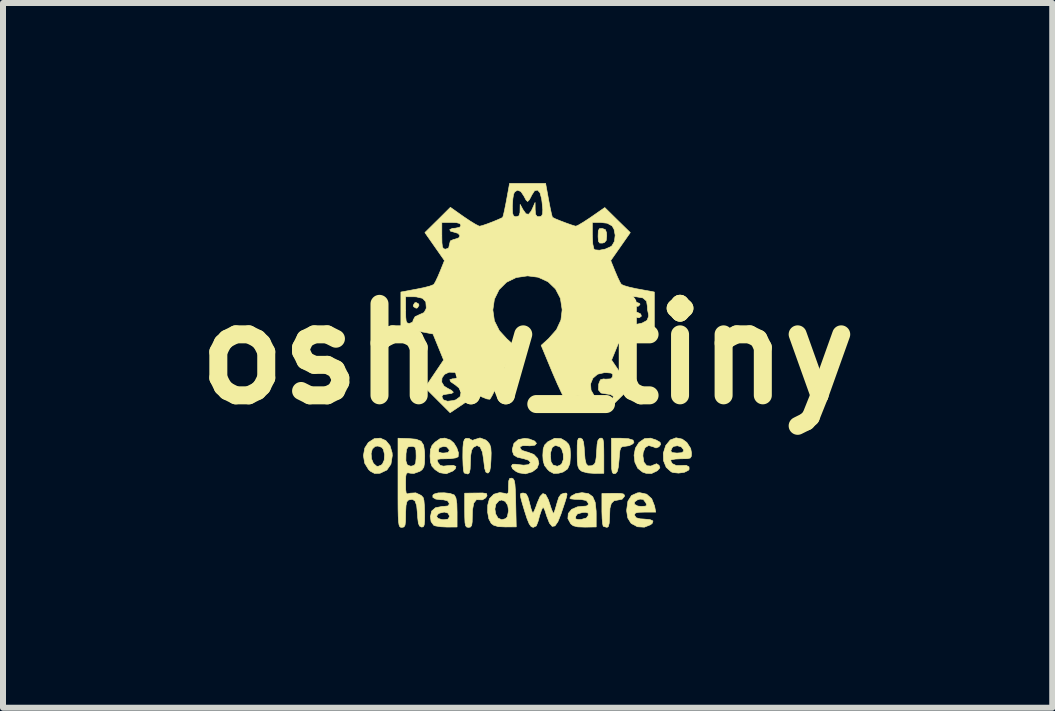
<source format=kicad_pcb>
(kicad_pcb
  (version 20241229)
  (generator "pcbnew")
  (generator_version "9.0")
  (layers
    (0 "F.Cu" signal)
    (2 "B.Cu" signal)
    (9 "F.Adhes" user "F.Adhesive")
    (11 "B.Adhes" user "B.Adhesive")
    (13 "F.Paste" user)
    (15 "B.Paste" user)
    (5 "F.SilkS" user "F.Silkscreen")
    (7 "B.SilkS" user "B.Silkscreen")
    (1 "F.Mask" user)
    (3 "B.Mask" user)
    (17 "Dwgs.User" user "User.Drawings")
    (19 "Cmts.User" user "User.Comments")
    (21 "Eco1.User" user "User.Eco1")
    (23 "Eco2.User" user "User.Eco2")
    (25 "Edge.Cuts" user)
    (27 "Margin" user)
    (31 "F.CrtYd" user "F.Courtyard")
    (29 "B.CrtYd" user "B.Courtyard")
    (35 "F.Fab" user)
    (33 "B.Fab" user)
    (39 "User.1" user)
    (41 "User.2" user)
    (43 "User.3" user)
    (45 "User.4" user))
  (footprint "oshw_tiny"
    (layer "F.Cu")
    (at 5.74 2.847)
    (property "Reference" "oshw_tiny" (at 0 0 0) (layer "F.SilkS") (effects (font (size 1.524 1.524) (thickness 0.3))))
    (attr through_hole)
    (fp_poly (pts (xy -1.815 -0.832) (xy -1.81 -0.81) (xy -1.835 -0.768) (xy -1.857 -0.762) (xy -1.899 -0.787) (xy -1.905 -0.81) (xy -1.88 -0.852) (xy -1.857 -0.857) (xy -1.815 -0.832)) (stroke (width 0.01) (type solid)) (fill yes) (layer "F.SilkS"))
    (fp_poly (pts (xy 1.868 -0.84) (xy 1.873 -0.826) (xy 1.848 -0.797) (xy 1.826 -0.794) (xy 1.783 -0.811) (xy 1.778 -0.826) (xy 1.804 -0.854) (xy 1.826 -0.857) (xy 1.868 -0.84)) (stroke (width 0.01) (type solid)) (fill yes) (layer "F.SilkS"))
    (fp_poly (pts (xy 1.884 -0.666) (xy 1.896 -0.63) (xy 1.863 -0.605) (xy 1.844 -0.603) (xy 1.79 -0.623) (xy 1.778 -0.653) (xy 1.802 -0.691) (xy 1.831 -0.693) (xy 1.884 -0.666)) (stroke (width 0.01) (type solid)) (fill yes) (layer "F.SilkS"))
    (fp_poly (pts (xy 1.246 -2.09) (xy 1.296 -2.071) (xy 1.315 -2.02) (xy 1.318 -1.968) (xy 1.31 -1.891) (xy 1.279 -1.856) (xy 1.246 -1.847) (xy 1.201 -1.848) (xy 1.18 -1.877) (xy 1.175 -1.951) (xy 1.175 -1.968) (xy 1.178 -2.051) (xy 1.196 -2.087) (xy 1.237 -2.091) (xy 1.246 -2.09)) (stroke (width 0.01) (type solid)) (fill yes) (layer "F.SilkS"))
    (fp_poly (pts (xy 1.538 2.323) (xy 1.594 2.332) (xy 1.614 2.352) (xy 1.613 2.374) (xy 1.574 2.42) (xy 1.512 2.432) (xy 1.44 2.446) (xy 1.395 2.489) (xy 1.372 2.571) (xy 1.366 2.705) (xy 1.366 2.707) (xy 1.36 2.819) (xy 1.344 2.877) (xy 1.323 2.889) (xy 1.269 2.875) (xy 1.259 2.868) (xy 1.25 2.829) (xy 1.242 2.742) (xy 1.238 2.625) (xy 1.238 2.586) (xy 1.238 2.325) (xy 1.431 2.322) (xy 1.538 2.323)) (stroke (width 0.01) (type solid)) (fill yes) (layer "F.SilkS"))
    (fp_poly (pts (xy 1.681 1.412) (xy 1.756 1.435) (xy 1.772 1.471) (xy 1.754 1.497) (xy 1.694 1.528) (xy 1.627 1.538) (xy 1.581 1.542) (xy 1.554 1.561) (xy 1.538 1.609) (xy 1.529 1.7) (xy 1.524 1.762) (xy 1.512 1.883) (xy 1.496 1.954) (xy 1.471 1.987) (xy 1.453 1.994) (xy 1.427 1.993) (xy 1.41 1.97) (xy 1.401 1.914) (xy 1.398 1.815) (xy 1.397 1.705) (xy 1.397 1.404) (xy 1.552 1.404) (xy 1.681 1.412)) (stroke (width 0.01) (type solid)) (fill yes) (layer "F.SilkS"))
    (fp_poly (pts (xy -0.684 2.326) (xy -0.676 2.362) (xy -0.699 2.398) (xy -0.753 2.431) (xy -0.787 2.43) (xy -0.852 2.428) (xy -0.896 2.483) (xy -0.918 2.597) (xy -0.921 2.687) (xy -0.923 2.797) (xy -0.932 2.858) (xy -0.953 2.884) (xy -0.984 2.889) (xy -1.014 2.884) (xy -1.033 2.862) (xy -1.043 2.81) (xy -1.047 2.716) (xy -1.048 2.604) (xy -1.048 2.32) (xy -0.929 2.318) (xy -0.833 2.317) (xy -0.757 2.316) (xy -0.75 2.316) (xy -0.684 2.326)) (stroke (width 0.01) (type solid)) (fill yes) (layer "F.SilkS"))
    (fp_poly (pts (xy 2.142 1.434) (xy 2.207 1.472) (xy 2.217 1.508) (xy 2.187 1.547) (xy 2.14 1.566) (xy 2.091 1.546) (xy 2.016 1.525) (xy 1.958 1.56) (xy 1.925 1.643) (xy 1.921 1.699) (xy 1.938 1.803) (xy 1.985 1.862) (xy 2.054 1.868) (xy 2.093 1.851) (xy 2.149 1.829) (xy 2.19 1.856) (xy 2.204 1.897) (xy 2.168 1.939) (xy 2.153 1.95) (xy 2.065 1.992) (xy 1.973 1.988) (xy 1.915 1.968) (xy 1.836 1.905) (xy 1.788 1.805) (xy 1.774 1.687) (xy 1.796 1.57) (xy 1.856 1.475) (xy 1.948 1.411) (xy 2.049 1.403) (xy 2.142 1.434)) (stroke (width 0.01) (type solid)) (fill yes) (layer "F.SilkS"))
    (fp_poly (pts (xy -2.362 1.444) (xy -2.293 1.527) (xy -2.257 1.647) (xy -2.254 1.694) (xy -2.277 1.836) (xy -2.344 1.933) (xy -2.455 1.986) (xy -2.466 1.988) (xy -2.549 1.991) (xy -2.617 1.955) (xy -2.649 1.926) (xy -2.714 1.82) (xy -2.735 1.693) (xy -2.729 1.659) (xy -2.607 1.659) (xy -2.6 1.747) (xy -2.569 1.823) (xy -2.517 1.869) (xy -2.492 1.873) (xy -2.441 1.853) (xy -2.419 1.835) (xy -2.389 1.769) (xy -2.383 1.678) (xy -2.402 1.594) (xy -2.427 1.557) (xy -2.493 1.534) (xy -2.538 1.539) (xy -2.587 1.583) (xy -2.607 1.659) (xy -2.729 1.659) (xy -2.712 1.567) (xy -2.653 1.475) (xy -2.554 1.411) (xy -2.453 1.403) (xy -2.362 1.444)) (stroke (width 0.01) (type solid)) (fill yes) (layer "F.SilkS"))
    (fp_poly (pts (xy 0.881 1.403) (xy 0.913 1.421) (xy 0.932 1.47) (xy 0.943 1.562) (xy 0.946 1.62) (xy 0.957 1.752) (xy 0.976 1.831) (xy 1.009 1.865) (xy 1.061 1.863) (xy 1.075 1.859) (xy 1.111 1.839) (xy 1.132 1.797) (xy 1.144 1.718) (xy 1.15 1.626) (xy 1.158 1.508) (xy 1.172 1.44) (xy 1.197 1.409) (xy 1.214 1.403) (xy 1.24 1.404) (xy 1.257 1.427) (xy 1.266 1.483) (xy 1.269 1.583) (xy 1.27 1.69) (xy 1.27 1.988) (xy 1.113 1.99) (xy 1.002 1.982) (xy 0.913 1.959) (xy 0.891 1.947) (xy 0.858 1.916) (xy 0.838 1.869) (xy 0.828 1.792) (xy 0.826 1.669) (xy 0.826 1.647) (xy 0.827 1.52) (xy 0.833 1.445) (xy 0.847 1.409) (xy 0.871 1.402) (xy 0.881 1.403)) (stroke (width 0.01) (type solid)) (fill yes) (layer "F.SilkS"))
    (fp_poly (pts (xy 0.026 1.416) (xy 0.117 1.451) (xy 0.148 1.489) (xy 0.121 1.52) (xy 0.037 1.531) (xy 0.008 1.529) (xy -0.081 1.528) (xy -0.121 1.544) (xy -0.127 1.566) (xy -0.096 1.606) (xy -0.008 1.634) (xy 0.000413 1.635) (xy 0.105 1.675) (xy 0.169 1.743) (xy 0.188 1.823) (xy 0.158 1.902) (xy 0.079 1.963) (xy -0.036 1.997) (xy -0.142 1.981) (xy -0.191 1.959) (xy -0.249 1.914) (xy -0.269 1.868) (xy -0.249 1.838) (xy -0.206 1.837) (xy -0.067 1.853) (xy 0.019 1.844) (xy 0.048 1.81) (xy 0.048 1.81) (xy 0.018 1.771) (xy -0.064 1.745) (xy -0.065 1.745) (xy -0.172 1.72) (xy -0.23 1.684) (xy -0.252 1.623) (xy -0.254 1.586) (xy -0.227 1.489) (xy -0.155 1.427) (xy -0.049 1.406) (xy 0.026 1.416)) (stroke (width 0.01) (type solid)) (fill yes) (layer "F.SilkS"))
    (fp_poly (pts (xy 0.559 1.411) (xy 0.639 1.458) (xy 0.685 1.506) (xy 0.707 1.569) (xy 0.714 1.669) (xy 0.714 1.695) (xy 0.704 1.829) (xy 0.666 1.915) (xy 0.593 1.966) (xy 0.518 1.987) (xy 0.435 1.991) (xy 0.368 1.956) (xy 0.335 1.926) (xy 0.282 1.858) (xy 0.259 1.777) (xy 0.254 1.695) (xy 0.381 1.695) (xy 0.39 1.796) (xy 0.423 1.85) (xy 0.489 1.87) (xy 0.496 1.871) (xy 0.545 1.851) (xy 0.57 1.828) (xy 0.596 1.757) (xy 0.594 1.666) (xy 0.568 1.583) (xy 0.536 1.546) (xy 0.462 1.523) (xy 0.41 1.557) (xy 0.383 1.645) (xy 0.381 1.695) (xy 0.254 1.695) (xy 0.254 1.686) (xy 0.26 1.583) (xy 0.284 1.517) (xy 0.335 1.465) (xy 0.338 1.463) (xy 0.45 1.405) (xy 0.559 1.411)) (stroke (width 0.01) (type solid)) (fill yes) (layer "F.SilkS"))
    (fp_poly (pts (xy -0.699 1.433) (xy -0.665 1.462) (xy -0.631 1.506) (xy -0.613 1.563) (xy -0.607 1.65) (xy -0.61 1.756) (xy -0.618 1.88) (xy -0.631 1.951) (xy -0.653 1.981) (xy -0.667 1.984) (xy -0.696 1.967) (xy -0.715 1.907) (xy -0.729 1.795) (xy -0.73 1.781) (xy -0.752 1.637) (xy -0.79 1.552) (xy -0.843 1.525) (xy -0.902 1.554) (xy -0.933 1.604) (xy -0.949 1.696) (xy -0.953 1.798) (xy -0.957 1.917) (xy -0.971 1.981) (xy -0.995 2) (xy -1.049 1.986) (xy -1.058 1.979) (xy -1.068 1.94) (xy -1.075 1.853) (xy -1.079 1.735) (xy -1.079 1.692) (xy -1.077 1.556) (xy -1.069 1.472) (xy -1.052 1.425) (xy -1.029 1.407) (xy -0.974 1.408) (xy -0.956 1.422) (xy -0.915 1.44) (xy -0.888 1.428) (xy -0.793 1.399) (xy -0.699 1.433)) (stroke (width 0.01) (type solid)) (fill yes) (layer "F.SilkS"))
    (fp_poly (pts (xy 1.983 2.336) (xy 2.068 2.413) (xy 2.115 2.532) (xy 2.135 2.635) (xy 1.954 2.635) (xy 1.852 2.638) (xy 1.799 2.649) (xy 1.783 2.672) (xy 1.784 2.691) (xy 1.809 2.729) (xy 1.876 2.747) (xy 1.93 2.75) (xy 2.04 2.76) (xy 2.089 2.783) (xy 2.077 2.821) (xy 2.05 2.844) (xy 1.945 2.886) (xy 1.83 2.879) (xy 1.731 2.826) (xy 1.72 2.816) (xy 1.669 2.733) (xy 1.651 2.619) (xy 1.651 2.597) (xy 1.669 2.468) (xy 1.779 2.468) (xy 1.783 2.506) (xy 1.835 2.534) (xy 1.89 2.54) (xy 1.963 2.536) (xy 1.985 2.519) (xy 1.969 2.477) (xy 1.968 2.477) (xy 1.927 2.423) (xy 1.872 2.418) (xy 1.828 2.432) (xy 1.779 2.468) (xy 1.669 2.468) (xy 1.671 2.454) (xy 1.731 2.359) (xy 1.829 2.315) (xy 1.868 2.311) (xy 1.983 2.336)) (stroke (width 0.01) (type solid)) (fill yes) (layer "F.SilkS"))
    (fp_poly (pts (xy 1.014 2.327) (xy 1.085 2.378) (xy 1.126 2.472) (xy 1.142 2.617) (xy 1.143 2.667) (xy 1.143 2.882) (xy 0.957 2.885) (xy 0.836 2.881) (xy 0.76 2.862) (xy 0.719 2.83) (xy 0.671 2.742) (xy 0.674 2.709) (xy 0.799 2.709) (xy 0.802 2.748) (xy 0.842 2.759) (xy 0.894 2.757) (xy 0.98 2.733) (xy 1.011 2.689) (xy 1.008 2.65) (xy 0.968 2.638) (xy 0.916 2.641) (xy 0.83 2.665) (xy 0.799 2.709) (xy 0.674 2.709) (xy 0.678 2.658) (xy 0.734 2.589) (xy 0.831 2.547) (xy 0.902 2.54) (xy 0.98 2.534) (xy 1.01 2.513) (xy 1.01 2.484) (xy 0.977 2.442) (xy 0.894 2.425) (xy 0.888 2.425) (xy 0.777 2.421) (xy 0.719 2.414) (xy 0.703 2.402) (xy 0.72 2.378) (xy 0.736 2.362) (xy 0.803 2.327) (xy 0.899 2.312) (xy 0.908 2.311) (xy 1.014 2.327)) (stroke (width 0.01) (type solid)) (fill yes) (layer "F.SilkS"))
    (fp_poly (pts (xy -1.293 2.324) (xy -1.225 2.348) (xy -1.22 2.351) (xy -1.194 2.399) (xy -1.179 2.493) (xy -1.175 2.636) (xy -1.175 2.883) (xy -1.341 2.884) (xy -1.448 2.879) (xy -1.534 2.865) (xy -1.564 2.854) (xy -1.608 2.794) (xy -1.619 2.714) (xy -1.617 2.703) (xy -1.517 2.703) (xy -1.494 2.739) (xy -1.428 2.76) (xy -1.395 2.762) (xy -1.326 2.752) (xy -1.303 2.713) (xy -1.302 2.699) (xy -1.327 2.651) (xy -1.389 2.634) (xy -1.466 2.652) (xy -1.488 2.664) (xy -1.517 2.703) (xy -1.617 2.703) (xy -1.599 2.618) (xy -1.535 2.562) (xy -1.421 2.54) (xy -1.397 2.54) (xy -1.327 2.532) (xy -1.306 2.503) (xy -1.308 2.484) (xy -1.335 2.446) (xy -1.403 2.43) (xy -1.443 2.429) (xy -1.53 2.418) (xy -1.578 2.39) (xy -1.578 2.353) (xy -1.554 2.333) (xy -1.488 2.315) (xy -1.39 2.313) (xy -1.293 2.324)) (stroke (width 0.01) (type solid)) (fill yes) (layer "F.SilkS"))
    (fp_poly (pts (xy -0.262 2.07) (xy -0.239 2.081) (xy -0.222 2.111) (xy -0.211 2.17) (xy -0.204 2.268) (xy -0.199 2.417) (xy -0.198 2.481) (xy -0.189 2.881) (xy -0.367 2.882) (xy -0.488 2.877) (xy -0.566 2.853) (xy -0.606 2.823) (xy -0.646 2.747) (xy -0.666 2.636) (xy -0.665 2.582) (xy -0.545 2.582) (xy -0.532 2.666) (xy -0.493 2.734) (xy -0.431 2.762) (xy -0.429 2.762) (xy -0.364 2.743) (xy -0.337 2.712) (xy -0.317 2.611) (xy -0.331 2.521) (xy -0.372 2.457) (xy -0.432 2.433) (xy -0.478 2.446) (xy -0.528 2.502) (xy -0.545 2.582) (xy -0.665 2.582) (xy -0.664 2.518) (xy -0.637 2.417) (xy -0.633 2.409) (xy -0.562 2.337) (xy -0.463 2.309) (xy -0.389 2.321) (xy -0.345 2.333) (xy -0.324 2.315) (xy -0.318 2.255) (xy -0.318 2.204) (xy -0.314 2.114) (xy -0.298 2.074) (xy -0.264 2.069) (xy -0.262 2.07)) (stroke (width 0.01) (type solid)) (fill yes) (layer "F.SilkS"))
    (fp_poly (pts (xy -1.288 1.433) (xy -1.229 1.484) (xy -1.18 1.563) (xy -1.152 1.647) (xy -1.157 1.712) (xy -1.158 1.714) (xy -1.199 1.732) (xy -1.282 1.744) (xy -1.352 1.746) (xy -1.451 1.748) (xy -1.498 1.756) (xy -1.506 1.778) (xy -1.49 1.813) (xy -1.456 1.856) (xy -1.403 1.869) (xy -1.332 1.861) (xy -1.238 1.856) (xy -1.194 1.875) (xy -1.204 1.914) (xy -1.245 1.95) (xy -1.355 1.996) (xy -1.465 1.978) (xy -1.541 1.928) (xy -1.594 1.87) (xy -1.619 1.801) (xy -1.625 1.699) (xy -1.618 1.595) (xy -1.486 1.595) (xy -1.48 1.635) (xy -1.43 1.65) (xy -1.397 1.651) (xy -1.327 1.643) (xy -1.306 1.614) (xy -1.308 1.595) (xy -1.346 1.55) (xy -1.397 1.54) (xy -1.466 1.56) (xy -1.486 1.595) (xy -1.618 1.595) (xy -1.618 1.593) (xy -1.593 1.525) (xy -1.541 1.469) (xy -1.457 1.411) (xy -1.38 1.402) (xy -1.288 1.433)) (stroke (width 0.01) (type solid)) (fill yes) (layer "F.SilkS"))
    (fp_poly (pts (xy 2.577 1.419) (xy 2.653 1.475) (xy 2.717 1.575) (xy 2.731 1.65) (xy 2.728 1.705) (xy 2.709 1.734) (xy 2.658 1.745) (xy 2.56 1.746) (xy 2.556 1.746) (xy 2.46 1.751) (xy 2.397 1.763) (xy 2.381 1.774) (xy 2.409 1.827) (xy 2.477 1.859) (xy 2.565 1.859) (xy 2.567 1.858) (xy 2.643 1.856) (xy 2.689 1.881) (xy 2.691 1.922) (xy 2.678 1.939) (xy 2.611 1.972) (xy 2.515 1.985) (xy 2.422 1.975) (xy 2.393 1.964) (xy 2.31 1.89) (xy 2.265 1.78) (xy 2.261 1.652) (xy 2.273 1.616) (xy 2.385 1.616) (xy 2.407 1.643) (xy 2.483 1.651) (xy 2.495 1.651) (xy 2.571 1.645) (xy 2.598 1.621) (xy 2.598 1.595) (xy 2.562 1.549) (xy 2.496 1.529) (xy 2.432 1.54) (xy 2.409 1.561) (xy 2.385 1.616) (xy 2.273 1.616) (xy 2.301 1.526) (xy 2.377 1.433) (xy 2.473 1.397) (xy 2.577 1.419)) (stroke (width 0.01) (type solid)) (fill yes) (layer "F.SilkS"))
    (fp_poly (pts (xy -0.026 2.331) (xy 0.004 2.381) (xy 0.032 2.48) (xy 0.035 2.493) (xy 0.059 2.584) (xy 0.08 2.64) (xy 0.092 2.649) (xy 0.113 2.61) (xy 0.144 2.533) (xy 0.161 2.482) (xy 0.209 2.372) (xy 0.255 2.326) (xy 0.3 2.343) (xy 0.343 2.423) (xy 0.367 2.493) (xy 0.397 2.585) (xy 0.422 2.644) (xy 0.434 2.656) (xy 0.45 2.619) (xy 0.474 2.541) (xy 0.489 2.487) (xy 0.52 2.389) (xy 0.557 2.339) (xy 0.6 2.323) (xy 0.633 2.318) (xy 0.652 2.321) (xy 0.657 2.342) (xy 0.647 2.39) (xy 0.62 2.477) (xy 0.575 2.61) (xy 0.558 2.662) (xy 0.505 2.795) (xy 0.456 2.865) (xy 0.41 2.873) (xy 0.364 2.818) (xy 0.318 2.7) (xy 0.318 2.699) (xy 0.287 2.603) (xy 0.266 2.561) (xy 0.25 2.564) (xy 0.231 2.603) (xy 0.2 2.694) (xy 0.176 2.786) (xy 0.145 2.865) (xy 0.094 2.889) (xy 0.06 2.877) (xy 0.027 2.831) (xy -0.009 2.744) (xy -0.047 2.626) (xy -0.089 2.487) (xy -0.113 2.397) (xy -0.121 2.347) (xy -0.113 2.324) (xy -0.089 2.318) (xy -0.066 2.318) (xy -0.026 2.331)) (stroke (width 0.01) (type solid)) (fill yes) (layer "F.SilkS"))
    (fp_poly (pts (xy -1.988 1.409) (xy -1.857 1.421) (xy -1.775 1.454) (xy -1.732 1.521) (xy -1.716 1.633) (xy -1.714 1.702) (xy -1.717 1.815) (xy -1.729 1.884) (xy -1.757 1.927) (xy -1.794 1.955) (xy -1.895 1.991) (xy -1.952 1.987) (xy -1.996 1.979) (xy -2.02 1.992) (xy -2.03 2.04) (xy -2.032 2.135) (xy -2.032 2.158) (xy -2.031 2.262) (xy -2.023 2.316) (xy -2.003 2.332) (xy -1.966 2.323) (xy -1.959 2.32) (xy -1.863 2.314) (xy -1.773 2.357) (xy -1.739 2.394) (xy -1.727 2.441) (xy -1.719 2.533) (xy -1.715 2.65) (xy -1.715 2.661) (xy -1.716 2.781) (xy -1.723 2.85) (xy -1.739 2.88) (xy -1.767 2.884) (xy -1.77 2.883) (xy -1.801 2.866) (xy -1.82 2.818) (xy -1.831 2.728) (xy -1.835 2.662) (xy -1.848 2.528) (xy -1.875 2.45) (xy -1.92 2.421) (xy -1.984 2.433) (xy -2.011 2.461) (xy -2.026 2.527) (xy -2.032 2.642) (xy -2.032 2.67) (xy -2.034 2.786) (xy -2.042 2.852) (xy -2.06 2.882) (xy -2.092 2.889) (xy -2.095 2.889) (xy -2.116 2.887) (xy -2.131 2.875) (xy -2.142 2.847) (xy -2.15 2.793) (xy -2.155 2.708) (xy -2.158 2.582) (xy -2.159 2.409) (xy -2.159 2.182) (xy -2.159 2.147) (xy -2.159 1.781) (xy -2.028 1.781) (xy -2.005 1.848) (xy -1.954 1.869) (xy -1.929 1.868) (xy -1.886 1.854) (xy -1.865 1.818) (xy -1.858 1.742) (xy -1.857 1.699) (xy -1.86 1.604) (xy -1.873 1.557) (xy -1.905 1.541) (xy -1.937 1.54) (xy -1.99 1.548) (xy -2.015 1.586) (xy -2.026 1.662) (xy -2.028 1.781) (xy -2.159 1.781) (xy -2.159 1.404) (xy -1.988 1.409)) (stroke (width 0.01) (type solid)) (fill yes) (layer "F.SilkS"))
    (fp_poly (pts (xy 0.351 -2.564) (xy 0.375 -2.439) (xy 0.396 -2.341) (xy 0.411 -2.284) (xy 0.415 -2.276) (xy 0.459 -2.253) (xy 0.54 -2.22) (xy 0.637 -2.183) (xy 0.727 -2.151) (xy 0.791 -2.131) (xy 0.806 -2.129) (xy 0.847 -2.147) (xy 0.921 -2.191) (xy 1.079 -2.191) (xy 1.079 -1.971) (xy 1.086 -1.831) (xy 1.104 -1.752) (xy 1.119 -1.735) (xy 1.196 -1.728) (xy 1.294 -1.747) (xy 1.382 -1.786) (xy 1.405 -1.802) (xy 1.447 -1.876) (xy 1.459 -1.978) (xy 1.44 -2.078) (xy 1.408 -2.133) (xy 1.327 -2.178) (xy 1.217 -2.191) (xy 1.079 -2.191) (xy 0.921 -2.191) (xy 0.925 -2.193) (xy 1.026 -2.259) (xy 1.064 -2.285) (xy 1.286 -2.439) (xy 1.498 -2.23) (xy 1.711 -2.022) (xy 1.548 -1.789) (xy 1.385 -1.556) (xy 1.459 -1.373) (xy 1.503 -1.271) (xy 1.541 -1.193) (xy 1.562 -1.159) (xy 1.605 -1.139) (xy 1.694 -1.113) (xy 1.811 -1.087) (xy 1.851 -1.08) (xy 2.111 -1.032) (xy 2.111 -0.429) (xy 1.844 -0.381) (xy 1.577 -0.333) (xy 1.399 0.101) (xy 1.71 0.562) (xy 1.498 0.771) (xy 1.286 0.98) (xy 1.066 0.826) (xy 0.958 0.751) (xy 0.887 0.708) (xy 0.838 0.693) (xy 0.796 0.699) (xy 0.754 0.718) (xy 0.681 0.748) (xy 0.63 0.755) (xy 0.629 0.755) (xy 0.605 0.723) (xy 0.563 0.643) (xy 0.508 0.524) (xy 0.496 0.498) (xy 1.049 0.498) (xy 1.057 0.604) (xy 1.116 0.706) (xy 1.126 0.716) (xy 1.196 0.774) (xy 1.264 0.791) (xy 1.357 0.774) (xy 1.42 0.742) (xy 1.427 0.705) (xy 1.383 0.676) (xy 1.317 0.667) (xy 1.224 0.651) (xy 1.181 0.6) (xy 1.184 0.507) (xy 1.189 0.489) (xy 1.214 0.43) (xy 1.263 0.416) (xy 1.302 0.42) (xy 1.384 0.415) (xy 1.412 0.387) (xy 1.421 0.342) (xy 1.394 0.319) (xy 1.321 0.312) (xy 1.281 0.311) (xy 1.167 0.337) (xy 1.088 0.404) (xy 1.049 0.498) (xy 0.496 0.498) (xy 0.444 0.379) (xy 0.41 0.3) (xy 0.226 -0.143) (xy 0.348 -0.254) (xy 0.481 -0.404) (xy 0.555 -0.564) (xy 0.576 -0.736) (xy 0.547 -0.925) (xy 0.533 -0.953) (xy 1.651 -0.953) (xy 1.651 -0.733) (xy 1.654 -0.613) (xy 1.664 -0.543) (xy 1.685 -0.508) (xy 1.707 -0.498) (xy 1.803 -0.492) (xy 1.905 -0.513) (xy 1.982 -0.554) (xy 1.993 -0.566) (xy 2.017 -0.63) (xy 2.013 -0.666) (xy 1.998 -0.736) (xy 1.996 -0.79) (xy 1.982 -0.88) (xy 1.922 -0.933) (xy 1.813 -0.952) (xy 1.79 -0.953) (xy 1.651 -0.953) (xy 0.533 -0.953) (xy 0.465 -1.083) (xy 0.34 -1.203) (xy 0.176 -1.278) (xy 0 -1.301) (xy -0.191 -1.273) (xy -0.352 -1.194) (xy -0.475 -1.071) (xy -0.553 -0.912) (xy -0.579 -0.733) (xy -0.553 -0.552) (xy -0.471 -0.389) (xy -0.348 -0.254) (xy -0.226 -0.143) (xy -0.412 0.301) (xy -0.479 0.456) (xy -0.539 0.589) (xy -0.589 0.689) (xy -0.622 0.746) (xy -0.631 0.755) (xy -0.679 0.749) (xy -0.751 0.72) (xy -0.751 0.72) (xy -0.796 0.7) (xy -0.838 0.697) (xy -0.89 0.716) (xy -0.968 0.762) (xy -1.065 0.827) (xy -1.291 0.979) (xy -1.709 0.561) (xy -1.648 0.47) (xy -1.431 0.47) (xy -1.391 0.536) (xy -1.333 0.572) (xy -1.268 0.606) (xy -1.238 0.637) (xy -1.238 0.639) (xy -1.266 0.658) (xy -1.332 0.667) (xy -1.333 0.667) (xy -1.408 0.68) (xy -1.429 0.712) (xy -1.403 0.766) (xy -1.333 0.788) (xy -1.234 0.776) (xy -1.193 0.763) (xy -1.125 0.712) (xy -1.109 0.641) (xy -1.143 0.566) (xy -1.206 0.514) (xy -1.281 0.463) (xy -1.296 0.429) (xy -1.25 0.414) (xy -1.222 0.413) (xy -1.159 0.395) (xy -1.145 0.356) (xy -1.183 0.317) (xy -1.21 0.307) (xy -1.309 0.304) (xy -1.383 0.339) (xy -1.426 0.399) (xy -1.431 0.47) (xy -1.648 0.47) (xy -1.554 0.331) (xy -1.399 0.101) (xy -1.576 -0.333) (xy -1.844 -0.383) (xy -2.111 -0.432) (xy -2.111 -0.953) (xy -2.032 -0.953) (xy -2.032 -0.73) (xy -2.03 -0.613) (xy -2.023 -0.547) (xy -2.005 -0.516) (xy -1.974 -0.508) (xy -1.968 -0.508) (xy -1.915 -0.531) (xy -1.905 -0.567) (xy -1.874 -0.622) (xy -1.802 -0.655) (xy -1.725 -0.69) (xy -1.692 -0.749) (xy -1.688 -0.773) (xy -1.696 -0.869) (xy -1.75 -0.927) (xy -1.854 -0.951) (xy -1.893 -0.953) (xy -2.032 -0.953) (xy -2.111 -0.953) (xy -2.111 -1.032) (xy -1.851 -1.08) (xy -1.727 -1.105) (xy -1.628 -1.131) (xy -1.569 -1.154) (xy -1.562 -1.159) (xy -1.535 -1.204) (xy -1.495 -1.288) (xy -1.459 -1.373) (xy -1.385 -1.556) (xy -1.548 -1.789) (xy -1.711 -2.022) (xy -1.54 -2.191) (xy -1.429 -2.191) (xy -1.429 -1.968) (xy -1.427 -1.852) (xy -1.419 -1.785) (xy -1.402 -1.754) (xy -1.37 -1.746) (xy -1.365 -1.746) (xy -1.315 -1.765) (xy -1.302 -1.824) (xy -1.287 -1.883) (xy -1.232 -1.908) (xy -1.214 -1.911) (xy -1.147 -1.934) (xy -1.127 -1.968) (xy -1.156 -2.008) (xy -1.214 -2.026) (xy -1.285 -2.046) (xy -1.297 -2.072) (xy -1.252 -2.092) (xy -1.206 -2.095) (xy -1.131 -2.11) (xy -1.111 -2.143) (xy -1.128 -2.173) (xy -1.187 -2.188) (xy -1.27 -2.191) (xy -1.429 -2.191) (xy -1.54 -2.191) (xy -1.498 -2.232) (xy -1.286 -2.443) (xy -1.064 -2.286) (xy -0.958 -2.215) (xy -0.868 -2.16) (xy -0.81 -2.131) (xy -0.8 -2.128) (xy -0.754 -2.139) (xy -0.672 -2.167) (xy -0.575 -2.204) (xy -0.486 -2.241) (xy -0.425 -2.269) (xy -0.415 -2.276) (xy -0.404 -2.309) (xy -0.385 -2.391) (xy -0.376 -2.437) (xy -0.254 -2.437) (xy -0.25 -2.345) (xy -0.235 -2.3) (xy -0.201 -2.286) (xy -0.191 -2.286) (xy -0.145 -2.3) (xy -0.127 -2.353) (xy -0.126 -2.389) (xy -0.124 -2.492) (xy -0.077 -2.405) (xy -0.027 -2.335) (xy 0.017 -2.327) (xy 0.061 -2.381) (xy 0.08 -2.421) (xy 0.125 -2.524) (xy 0.126 -2.405) (xy 0.133 -2.325) (xy 0.158 -2.291) (xy 0.191 -2.286) (xy 0.229 -2.295) (xy 0.249 -2.33) (xy 0.253 -2.402) (xy 0.242 -2.52) (xy 0.234 -2.583) (xy 0.207 -2.685) (xy 0.165 -2.731) (xy 0.116 -2.719) (xy 0.068 -2.645) (xy 0.064 -2.635) (xy 0.03 -2.57) (xy 0.001 -2.54) (xy 0 -2.54) (xy -0.027 -2.566) (xy -0.061 -2.63) (xy -0.064 -2.635) (xy -0.112 -2.706) (xy -0.168 -2.729) (xy -0.216 -2.699) (xy -0.234 -2.659) (xy -0.246 -2.584) (xy -0.253 -2.479) (xy -0.254 -2.437) (xy -0.376 -2.437) (xy -0.362 -2.506) (xy -0.351 -2.564) (xy -0.3 -2.842) (xy 0.3 -2.842) (xy 0.351 -2.564)) (stroke (width 0.01) (type solid)) (fill yes) (layer "F.SilkS")))
  (gr_rect
    (start -3 -3)
    (end 14.481 8.741)
    (stroke (width 0.1) (type default))
    (fill no)
    (layer "Edge.Cuts")))
</source>
